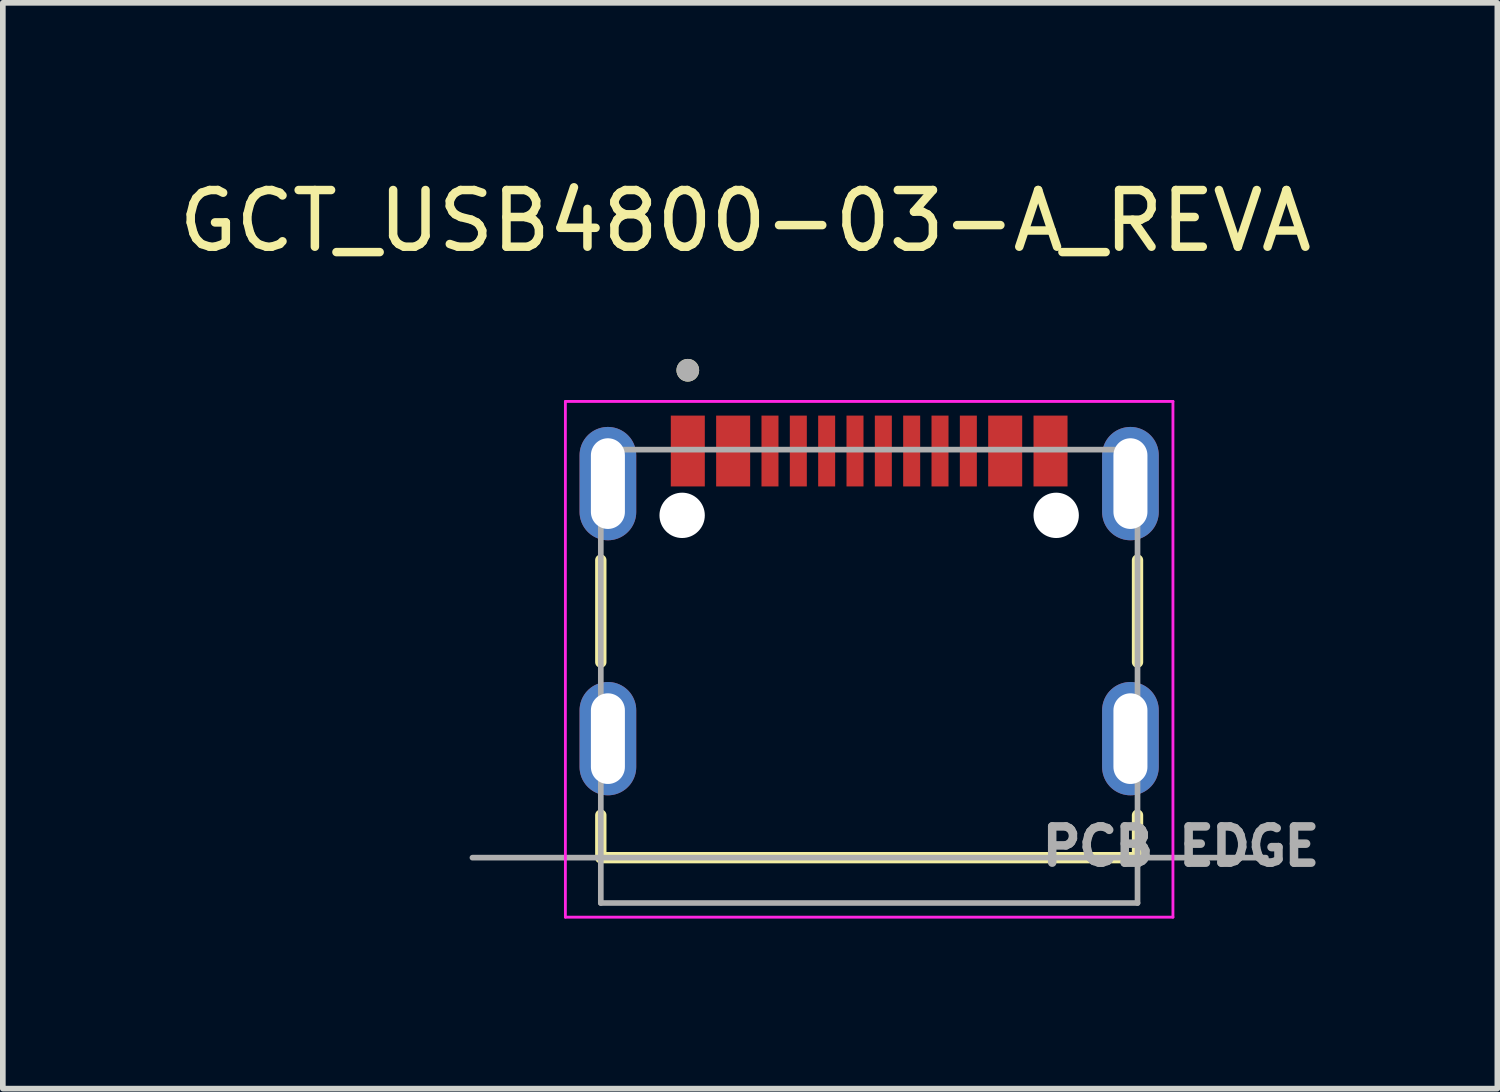
<source format=kicad_pcb>
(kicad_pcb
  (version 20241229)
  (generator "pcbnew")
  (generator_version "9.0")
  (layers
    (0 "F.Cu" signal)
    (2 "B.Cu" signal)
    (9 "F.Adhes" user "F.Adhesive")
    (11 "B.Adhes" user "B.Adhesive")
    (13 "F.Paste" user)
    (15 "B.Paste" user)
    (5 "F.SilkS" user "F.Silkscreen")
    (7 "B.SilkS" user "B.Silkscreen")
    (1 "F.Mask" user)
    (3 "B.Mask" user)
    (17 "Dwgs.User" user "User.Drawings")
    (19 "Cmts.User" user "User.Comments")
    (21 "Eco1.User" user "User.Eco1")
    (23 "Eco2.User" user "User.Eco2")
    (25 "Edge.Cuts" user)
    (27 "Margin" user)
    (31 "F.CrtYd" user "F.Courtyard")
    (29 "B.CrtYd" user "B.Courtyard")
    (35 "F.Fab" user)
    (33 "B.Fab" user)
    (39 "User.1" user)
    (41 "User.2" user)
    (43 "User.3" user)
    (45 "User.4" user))
  (footprint "GCT_USB4800-03-A_REVA"
    (layer "F.Cu")
    (at 12.286 9.983)
    (property "Reference" "GCT_USB4800-03-A_REVA" (at -2.185 -9.135 0) (layer "F.SilkS") (effects (font (size 1 1) (thickness 0.15))))
    (attr smd)
    (fp_line (start -4.735 -3.15) (end -4.735 -1.35) (stroke (width 0.2) (type solid)) (layer "F.SilkS"))
    (fp_line (start -4.735 1.35) (end -4.735 2.1) (stroke (width 0.2) (type solid)) (layer "F.SilkS"))
    (fp_line (start -4.735 2.1) (end 4.735 2.1) (stroke (width 0.2) (type solid)) (layer "F.SilkS"))
    (fp_line (start 4.735 -3.15) (end 4.735 -1.35) (stroke (width 0.2) (type solid)) (layer "F.SilkS"))
    (fp_line (start 4.735 2.1) (end 4.735 1.35) (stroke (width 0.2) (type solid)) (layer "F.SilkS"))
    (fp_circle (center -3.2 -6.5) (end -3.1 -6.5) (stroke (width 0.2) (type solid)) (fill no) (layer "F.SilkS"))
    (fp_line (start -5.36 -5.95) (end -5.36 3.15) (stroke (width 0.05) (type solid)) (layer "F.CrtYd"))
    (fp_line (start -5.36 3.15) (end 5.36 3.15) (stroke (width 0.05) (type solid)) (layer "F.CrtYd"))
    (fp_line (start 5.36 -5.95) (end -5.36 -5.95) (stroke (width 0.05) (type solid)) (layer "F.CrtYd"))
    (fp_line (start 5.36 3.15) (end 5.36 -5.95) (stroke (width 0.05) (type solid)) (layer "F.CrtYd"))
    (fp_line (start -4.735 -5.1) (end 4.735 -5.1) (stroke (width 0.1) (type solid)) (layer "F.Fab"))
    (fp_line (start -4.735 2.1) (end -7 2.1) (stroke (width 0.1) (type solid)) (layer "F.Fab"))
    (fp_line (start -4.735 2.1) (end -4.735 -5.1) (stroke (width 0.1) (type solid)) (layer "F.Fab"))
    (fp_line (start -4.735 2.1) (end -4.735 2.9) (stroke (width 0.1) (type solid)) (layer "F.Fab"))
    (fp_line (start -4.735 2.9) (end 4.735 2.9) (stroke (width 0.1) (type solid)) (layer "F.Fab"))
    (fp_line (start 4.735 -5.1) (end 4.735 2.1) (stroke (width 0.1) (type solid)) (layer "F.Fab"))
    (fp_line (start 4.735 2.1) (end -4.735 2.1) (stroke (width 0.1) (type solid)) (layer "F.Fab"))
    (fp_line (start 4.735 2.1) (end 7 2.1) (stroke (width 0.1) (type solid)) (layer "F.Fab"))
    (fp_line (start 4.735 2.9) (end 4.735 2.1) (stroke (width 0.1) (type solid)) (layer "F.Fab"))
    (fp_circle (center -3.2 -6.5) (end -3.1 -6.5) (stroke (width 0.2) (type solid)) (fill no) (layer "F.Fab"))
    (fp_text user "PCB EDGE" (at 5.5 1.9 0) (layer "F.Fab") (effects (font (size 0.64 0.64) (thickness 0.15))))
    (pad "" np_thru_hole circle (at -3.3 -3.94) (size 0.8 0.8) (drill 0.8) (layers "*.Cu" "*.Mask"))
    (pad "" np_thru_hole circle (at 3.3 -3.94) (size 0.8 0.8) (drill 0.8) (layers "*.Cu" "*.Mask"))
    (pad "A1_B12" smd rect (at -3.2 -5.075) (size 0.6 1.25) (layers "F.Cu" "F.Mask" "F.Paste"))
    (pad "A4_B9" smd rect (at -2.4 -5.075) (size 0.6 1.25) (layers "F.Cu" "F.Mask" "F.Paste"))
    (pad "A5" smd rect (at -1.25 -5.075) (size 0.3 1.25) (layers "F.Cu" "F.Mask" "F.Paste"))
    (pad "A6" smd rect (at -0.25 -5.075) (size 0.3 1.25) (layers "F.Cu" "F.Mask" "F.Paste"))
    (pad "A7" smd rect (at 0.25 -5.075) (size 0.3 1.25) (layers "F.Cu" "F.Mask" "F.Paste"))
    (pad "A8" smd rect (at 1.25 -5.075) (size 0.3 1.25) (layers "F.Cu" "F.Mask" "F.Paste"))
    (pad "B1_A12" smd rect (at 3.2 -5.075) (size 0.6 1.25) (layers "F.Cu" "F.Mask" "F.Paste"))
    (pad "B4_A9" smd rect (at 2.4 -5.075) (size 0.6 1.25) (layers "F.Cu" "F.Mask" "F.Paste"))
    (pad "B5" smd rect (at 1.75 -5.075) (size 0.3 1.25) (layers "F.Cu" "F.Mask" "F.Paste"))
    (pad "B6" smd rect (at 0.75 -5.075) (size 0.3 1.25) (layers "F.Cu" "F.Mask" "F.Paste"))
    (pad "B7" smd rect (at -0.75 -5.075) (size 0.3 1.25) (layers "F.Cu" "F.Mask" "F.Paste"))
    (pad "B8" smd rect (at -1.75 -5.075) (size 0.3 1.25) (layers "F.Cu" "F.Mask" "F.Paste"))
    (pad "S1" thru_hole oval (at -4.61 0) (size 1 2) (drill oval 0.6 1.6) (layers "*.Cu" "*.Mask"))
    (pad "S2" thru_hole oval (at 4.61 0) (size 1 2) (drill oval 0.6 1.6) (layers "*.Cu" "*.Mask"))
    (pad "S3" thru_hole oval (at -4.61 -4.5) (size 1 2) (drill oval 0.6 1.6) (layers "*.Cu" "*.Mask"))
    (pad "S4" thru_hole oval (at 4.61 -4.5) (size 1 2) (drill oval 0.6 1.6) (layers "*.Cu" "*.Mask")))
  (gr_rect
    (start -3 -3)
    (end 23.37 16.158)
    (stroke (width 0.1) (type default))
    (fill no)
    (layer "Edge.Cuts")))
</source>
